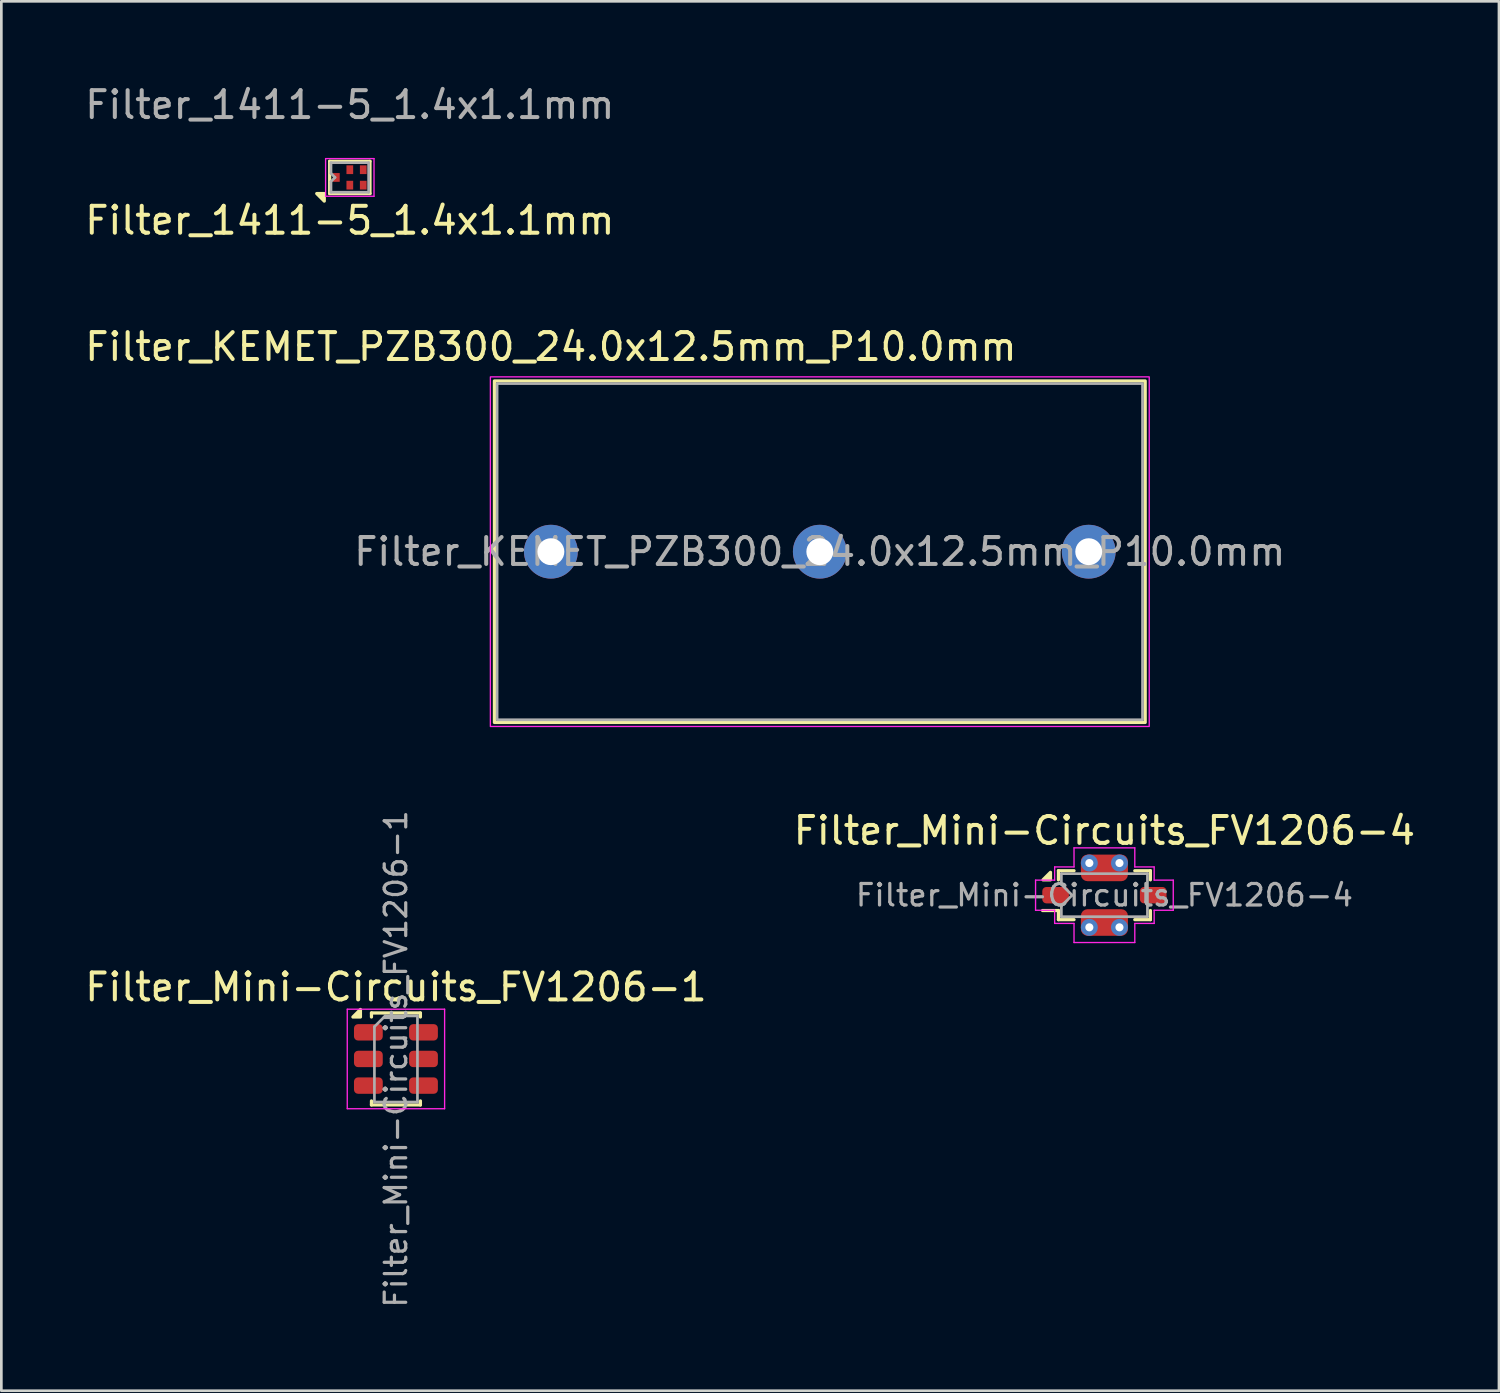
<source format=kicad_pcb>
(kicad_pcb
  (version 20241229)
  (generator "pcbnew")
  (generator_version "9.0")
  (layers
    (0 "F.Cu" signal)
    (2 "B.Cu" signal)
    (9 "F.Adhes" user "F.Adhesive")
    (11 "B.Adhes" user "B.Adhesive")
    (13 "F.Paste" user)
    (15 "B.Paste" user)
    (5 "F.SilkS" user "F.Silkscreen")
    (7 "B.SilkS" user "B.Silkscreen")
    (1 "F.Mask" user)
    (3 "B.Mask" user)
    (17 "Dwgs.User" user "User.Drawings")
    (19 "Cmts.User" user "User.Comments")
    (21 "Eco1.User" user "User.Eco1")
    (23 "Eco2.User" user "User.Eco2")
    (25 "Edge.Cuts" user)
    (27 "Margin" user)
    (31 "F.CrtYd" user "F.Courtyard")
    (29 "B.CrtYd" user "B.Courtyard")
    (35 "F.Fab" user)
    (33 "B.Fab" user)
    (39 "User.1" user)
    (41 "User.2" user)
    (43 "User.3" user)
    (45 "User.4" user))
  (footprint "Filter_Mini-Circuits_FV1206-1"
    (layer "F.Cu")
    (at 11.673 36.328)
    (property "Reference" "Filter_Mini-Circuits_FV1206-1" (at 0 -2.67 0) (layer "F.SilkS") (effects (font (size 1 1) (thickness 0.15))))
    (attr smd)
    (fp_line (start -0.91 -1.56) (end -0.91 -1.71) (stroke (width 0.12) (type solid)) (layer "F.SilkS"))
    (fp_line (start -0.91 1.71) (end -0.91 1.56) (stroke (width 0.12) (type solid)) (layer "F.SilkS"))
    (fp_line (start 0.91 -1.71) (end -0.91 -1.71) (stroke (width 0.12) (type solid)) (layer "F.SilkS"))
    (fp_line (start 0.91 -1.56) (end 0.91 -1.71) (stroke (width 0.12) (type solid)) (layer "F.SilkS"))
    (fp_line (start 0.91 1.71) (end -0.91 1.71) (stroke (width 0.12) (type solid)) (layer "F.SilkS"))
    (fp_line (start 0.91 1.71) (end 0.91 1.56) (stroke (width 0.12) (type solid)) (layer "F.SilkS"))
    (fp_poly (pts (xy -1.32 -1.56) (xy -1.6 -1.56) (xy -1.32 -1.84) (xy -1.32 -1.56)) (stroke (width 0.12) (type solid)) (fill yes) (layer "F.SilkS"))
    (fp_line (start -1.81 -1.85) (end 1.81 -1.85) (stroke (width 0.05) (type solid)) (layer "F.CrtYd"))
    (fp_line (start -1.81 1.85) (end -1.81 -1.85) (stroke (width 0.05) (type solid)) (layer "F.CrtYd"))
    (fp_line (start 1.81 -1.85) (end 1.81 1.85) (stroke (width 0.05) (type solid)) (layer "F.CrtYd"))
    (fp_line (start 1.81 1.85) (end -1.81 1.85) (stroke (width 0.05) (type solid)) (layer "F.CrtYd"))
    (fp_line (start -0.8 -1.2) (end -0.8 1.6) (stroke (width 0.1) (type solid)) (layer "F.Fab"))
    (fp_line (start -0.8 -1.2) (end -0.4 -1.6) (stroke (width 0.1) (type solid)) (layer "F.Fab"))
    (fp_line (start -0.8 1.6) (end 0.8 1.6) (stroke (width 0.1) (type solid)) (layer "F.Fab"))
    (fp_line (start 0.8 -1.6) (end -0.4 -1.6) (stroke (width 0.1) (type solid)) (layer "F.Fab"))
    (fp_line (start 0.8 1.6) (end 0.8 -1.6) (stroke (width 0.1) (type solid)) (layer "F.Fab"))
    (fp_text user "${REFERENCE}" (at 0 0 270) (layer "F.Fab") (effects (font (size 0.8 0.8) (thickness 0.12))))
    (pad "1" smd roundrect (at -1.025 -0.99) (size 1.07 0.61) (layers "F.Cu" "F.Mask" "F.Paste") (roundrect_rratio 0.25))
    (pad "2" smd roundrect (at -1.025 0) (size 1.07 0.61) (layers "F.Cu" "F.Mask" "F.Paste") (roundrect_rratio 0.25))
    (pad "3" smd roundrect (at -1.025 0.99) (size 1.07 0.61) (layers "F.Cu" "F.Mask" "F.Paste") (roundrect_rratio 0.25))
    (pad "4" smd roundrect (at 1.025 0.99) (size 1.07 0.61) (layers "F.Cu" "F.Mask" "F.Paste") (roundrect_rratio 0.25))
    (pad "5" smd roundrect (at 1.025 0) (size 1.07 0.61) (layers "F.Cu" "F.Mask" "F.Paste") (roundrect_rratio 0.25))
    (pad "6" smd roundrect (at 1.025 -0.99) (size 1.07 0.61) (layers "F.Cu" "F.Mask" "F.Paste") (roundrect_rratio 0.25)))
  (footprint "Filter_1411-5_1.4x1.1mm"
    (layer "F.Cu")
    (at 9.958 3.548)
    (property "Reference" "Filter_1411-5_1.4x1.1mm" (at 0 1.6 0) (layer "F.SilkS") (effects (font (size 1 1) (thickness 0.15))))
    (attr smd)
    (fp_line (start -0.75 -0.6) (end -0.75 0.6) (stroke (width 0.12) (type solid)) (layer "F.SilkS"))
    (fp_line (start -0.75 0.6) (end 0.75 0.6) (stroke (width 0.12) (type solid)) (layer "F.SilkS"))
    (fp_line (start 0.75 -0.6) (end -0.75 -0.6) (stroke (width 0.12) (type solid)) (layer "F.SilkS"))
    (fp_line (start 0.75 0.6) (end 0.75 -0.6) (stroke (width 0.12) (type solid)) (layer "F.SilkS"))
    (fp_poly (pts (xy -0.95 0.6) (xy -0.95 0.88) (xy -1.23 0.6) (xy -0.95 0.6)) (stroke (width 0.12) (type solid)) (fill yes) (layer "F.SilkS"))
    (fp_line (start -0.9 -0.7) (end 0.9 -0.7) (stroke (width 0.05) (type solid)) (layer "F.CrtYd"))
    (fp_line (start -0.9 0.7) (end -0.9 -0.7) (stroke (width 0.05) (type solid)) (layer "F.CrtYd"))
    (fp_line (start 0.9 -0.7) (end 0.9 0.7) (stroke (width 0.05) (type solid)) (layer "F.CrtYd"))
    (fp_line (start 0.9 0.7) (end -0.9 0.7) (stroke (width 0.05) (type solid)) (layer "F.CrtYd"))
    (fp_line (start -0.7 -0.55) (end -0.7 -0.15) (stroke (width 0.1) (type solid)) (layer "F.Fab"))
    (fp_line (start -0.7 -0.55) (end 0.7 -0.55) (stroke (width 0.1) (type solid)) (layer "F.Fab"))
    (fp_line (start -0.7 -0.15) (end -0.55 0) (stroke (width 0.1) (type solid)) (layer "F.Fab"))
    (fp_line (start -0.7 0.15) (end -0.7 0.55) (stroke (width 0.1) (type solid)) (layer "F.Fab"))
    (fp_line (start -0.55 0) (end -0.7 0.15) (stroke (width 0.1) (type solid)) (layer "F.Fab"))
    (fp_line (start 0.7 -0.55) (end 0.7 0.55) (stroke (width 0.1) (type solid)) (layer "F.Fab"))
    (fp_line (start 0.7 0.55) (end -0.7 0.55) (stroke (width 0.1) (type solid)) (layer "F.Fab"))
    (fp_text user "${REFERENCE}" (at 0 -2.7 0) (layer "F.Fab") (effects (font (size 1 1) (thickness 0.15))))
    (pad "1" smd rect (at -0.5 0 90) (size 0.325 0.25) (layers "F.Cu" "F.Mask" "F.Paste"))
    (pad "2" smd rect (at 0 0.287 90) (size 0.325 0.25) (layers "F.Cu" "F.Mask" "F.Paste"))
    (pad "3" smd rect (at 0.5 0.287 90) (size 0.325 0.25) (layers "F.Cu" "F.Mask" "F.Paste"))
    (pad "4" smd rect (at 0.5 -0.287 90) (size 0.325 0.25) (layers "F.Cu" "F.Mask" "F.Paste"))
    (pad "5" smd rect (at 0 -0.287 90) (size 0.325 0.25) (layers "F.Cu" "F.Mask" "F.Paste")))
  (footprint "Filter_Mini-Circuits_FV1206-4"
    (layer "F.Cu")
    (at 38.018 30.238)
    (property "Reference" "Filter_Mini-Circuits_FV1206-4" (at 0 -2.4 0) (layer "F.SilkS") (effects (font (size 1 1) (thickness 0.15))))
    (attr smd)
    (fp_line (start -1.71 -0.91) (end -1.71 -0.57) (stroke (width 0.12) (type solid)) (layer "F.SilkS"))
    (fp_line (start -1.71 -0.91) (end -1.13 -0.91) (stroke (width 0.12) (type solid)) (layer "F.SilkS"))
    (fp_line (start -1.71 0.57) (end -2.3 0.57) (stroke (width 0.12) (type solid)) (layer "F.SilkS"))
    (fp_line (start -1.71 0.57) (end -1.71 0.91) (stroke (width 0.12) (type solid)) (layer "F.SilkS"))
    (fp_line (start -1.71 0.91) (end -1.13 0.91) (stroke (width 0.12) (type solid)) (layer "F.SilkS"))
    (fp_line (start 1.13 -0.91) (end 1.71 -0.91) (stroke (width 0.12) (type solid)) (layer "F.SilkS"))
    (fp_line (start 1.13 0.91) (end 1.71 0.91) (stroke (width 0.12) (type solid)) (layer "F.SilkS"))
    (fp_line (start 1.71 -0.91) (end 1.71 -0.57) (stroke (width 0.12) (type solid)) (layer "F.SilkS"))
    (fp_line (start 1.71 0.57) (end 1.71 0.91) (stroke (width 0.12) (type solid)) (layer "F.SilkS"))
    (fp_poly (pts (xy -2.005 -0.57) (xy -2.285 -0.57) (xy -2.005 -0.85) (xy -2.005 -0.57)) (stroke (width 0.12) (type solid)) (fill yes) (layer "F.SilkS"))
    (fp_line (start -2.56 -0.56) (end -2.56 0.56) (stroke (width 0.05) (type solid)) (layer "F.CrtYd"))
    (fp_line (start -2.56 -0.56) (end -1.85 -0.56) (stroke (width 0.05) (type solid)) (layer "F.CrtYd"))
    (fp_line (start -2.56 0.56) (end -1.85 0.56) (stroke (width 0.05) (type solid)) (layer "F.CrtYd"))
    (fp_line (start -1.85 -1.05) (end -1.85 -0.56) (stroke (width 0.05) (type solid)) (layer "F.CrtYd"))
    (fp_line (start -1.85 -1.05) (end -1.13 -1.05) (stroke (width 0.05) (type solid)) (layer "F.CrtYd"))
    (fp_line (start -1.85 0.56) (end -1.85 1.05) (stroke (width 0.05) (type solid)) (layer "F.CrtYd"))
    (fp_line (start -1.85 1.05) (end -1.13 1.05) (stroke (width 0.05) (type solid)) (layer "F.CrtYd"))
    (fp_line (start -1.13 -1.76) (end 1.13 -1.76) (stroke (width 0.05) (type solid)) (layer "F.CrtYd"))
    (fp_line (start -1.13 -1.05) (end -1.13 -1.76) (stroke (width 0.05) (type solid)) (layer "F.CrtYd"))
    (fp_line (start -1.13 1.76) (end -1.13 1.05) (stroke (width 0.05) (type solid)) (layer "F.CrtYd"))
    (fp_line (start -1.13 1.76) (end 1.13 1.76) (stroke (width 0.05) (type solid)) (layer "F.CrtYd"))
    (fp_line (start 1.13 -1.05) (end 1.13 -1.76) (stroke (width 0.05) (type solid)) (layer "F.CrtYd"))
    (fp_line (start 1.13 -1.05) (end 1.85 -1.05) (stroke (width 0.05) (type solid)) (layer "F.CrtYd"))
    (fp_line (start 1.13 1.05) (end 1.85 1.05) (stroke (width 0.05) (type solid)) (layer "F.CrtYd"))
    (fp_line (start 1.13 1.76) (end 1.13 1.05) (stroke (width 0.05) (type solid)) (layer "F.CrtYd"))
    (fp_line (start 1.85 -1.05) (end 1.85 -0.56) (stroke (width 0.05) (type solid)) (layer "F.CrtYd"))
    (fp_line (start 1.85 -0.56) (end 2.56 -0.56) (stroke (width 0.05) (type solid)) (layer "F.CrtYd"))
    (fp_line (start 1.85 0.56) (end 1.85 1.05) (stroke (width 0.05) (type solid)) (layer "F.CrtYd"))
    (fp_line (start 1.85 0.56) (end 2.56 0.56) (stroke (width 0.05) (type solid)) (layer "F.CrtYd"))
    (fp_line (start 2.56 -0.56) (end 2.56 0.56) (stroke (width 0.05) (type solid)) (layer "F.CrtYd"))
    (fp_line (start -1.6 -0.8) (end -1.6 -0.4) (stroke (width 0.1) (type solid)) (layer "F.Fab"))
    (fp_line (start -1.6 -0.8) (end 1.6 -0.8) (stroke (width 0.1) (type solid)) (layer "F.Fab"))
    (fp_line (start -1.6 0.8) (end -1.6 0.4) (stroke (width 0.1) (type solid)) (layer "F.Fab"))
    (fp_line (start -1.2 0) (end -1.6 -0.4) (stroke (width 0.1) (type solid)) (layer "F.Fab"))
    (fp_line (start -1.2 0) (end -1.6 0.4) (stroke (width 0.1) (type solid)) (layer "F.Fab"))
    (fp_line (start 1.6 -0.8) (end 1.6 0.8) (stroke (width 0.1) (type solid)) (layer "F.Fab"))
    (fp_line (start 1.6 0.8) (end -1.6 0.8) (stroke (width 0.1) (type solid)) (layer "F.Fab"))
    (fp_text user "${REFERENCE}" (at 0 0 0) (layer "F.Fab") (effects (font (size 0.8 0.8) (thickness 0.12))))
    (pad "1" smd roundrect (at -1.815 0) (size 0.99 0.61) (layers "F.Cu" "F.Mask" "F.Paste") (roundrect_rratio 0.25))
    (pad "2" thru_hole circle (at -0.56 1.195) (size 0.63 0.63) (drill 0.3) (layers "*.Cu" "*.Mask"))
    (pad "2" smd roundrect (at 0 1.015) (size 1.75 0.99) (layers "F.Cu" "F.Mask" "F.Paste") (roundrect_rratio 0.25))
    (pad "2" thru_hole circle (at 0.56 1.195) (size 0.63 0.63) (drill 0.3) (layers "*.Cu" "*.Mask"))
    (pad "3" smd roundrect (at 1.815 0) (size 0.99 0.61) (layers "F.Cu" "F.Mask" "F.Paste") (roundrect_rratio 0.25))
    (pad "4" thru_hole circle (at -0.56 -1.195) (size 0.63 0.63) (drill 0.3) (layers "*.Cu" "*.Mask"))
    (pad "4" smd roundrect (at 0 -1.015) (size 1.75 0.99) (layers "F.Cu" "F.Mask" "F.Paste") (roundrect_rratio 0.25))
    (pad "4" thru_hole circle (at 0.56 -1.195) (size 0.63 0.63) (drill 0.3) (layers "*.Cu" "*.Mask")))
  (footprint "Filter_KEMET_PZB300_24.0x12.5mm_P10.0mm"
    (layer "F.Cu")
    (at 17.435 17.465)
    (property "Reference" "Filter_KEMET_PZB300_24.0x12.5mm_P10.0mm" (at 0 -7.62 0) (layer "F.SilkS") (effects (font (size 1 1) (thickness 0.15))))
    (attr through_hole)
    (fp_rect (start -2.1 -6.35) (end 22.1 6.35) (stroke (width 0.12) (type default)) (fill no) (layer "F.SilkS"))
    (fp_rect (start -2.25 -6.5) (end 22.25 6.5) (stroke (width 0.05) (type default)) (fill no) (layer "F.CrtYd"))
    (fp_rect (start -2 -6.25) (end 22 6.25) (stroke (width 0.1) (type default)) (fill no) (layer "F.Fab"))
    (fp_text user "${REFERENCE}" (at 10 0 180) (layer "F.Fab") (effects (font (size 1 1) (thickness 0.15))))
    (pad "1" thru_hole circle (at 0 0 180) (size 2 2) (drill 1) (layers "*.Cu" "*.Mask"))
    (pad "2" thru_hole circle (at 20 0 180) (size 2 2) (drill 1) (layers "*.Cu" "*.Mask"))
    (pad "3" thru_hole circle (at 10 0 180) (size 2 2) (drill 1) (layers "*.Cu" "*.Mask")))
  (gr_rect
    (start -3 -3)
    (end 52.69 48.666)
    (stroke (width 0.1) (type default))
    (fill no)
    (layer "Edge.Cuts")))
</source>
